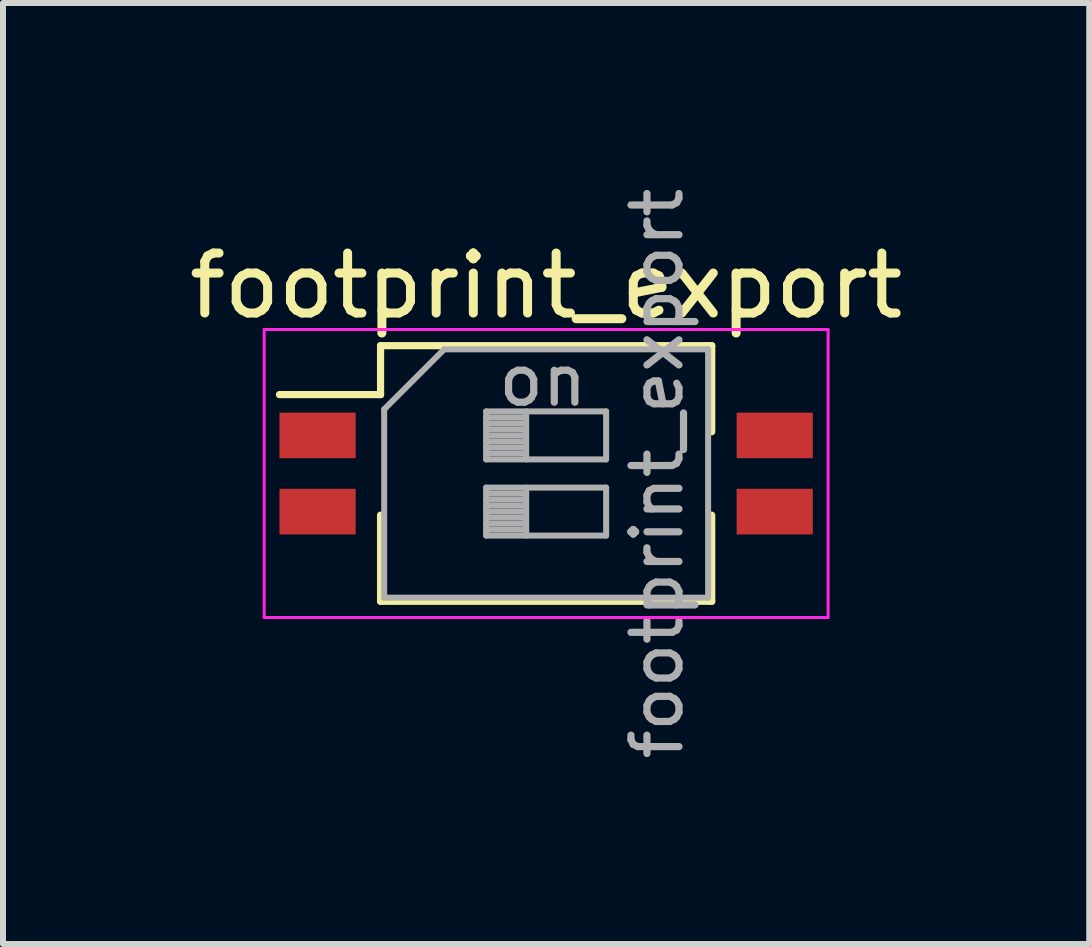
<source format=kicad_pcb>
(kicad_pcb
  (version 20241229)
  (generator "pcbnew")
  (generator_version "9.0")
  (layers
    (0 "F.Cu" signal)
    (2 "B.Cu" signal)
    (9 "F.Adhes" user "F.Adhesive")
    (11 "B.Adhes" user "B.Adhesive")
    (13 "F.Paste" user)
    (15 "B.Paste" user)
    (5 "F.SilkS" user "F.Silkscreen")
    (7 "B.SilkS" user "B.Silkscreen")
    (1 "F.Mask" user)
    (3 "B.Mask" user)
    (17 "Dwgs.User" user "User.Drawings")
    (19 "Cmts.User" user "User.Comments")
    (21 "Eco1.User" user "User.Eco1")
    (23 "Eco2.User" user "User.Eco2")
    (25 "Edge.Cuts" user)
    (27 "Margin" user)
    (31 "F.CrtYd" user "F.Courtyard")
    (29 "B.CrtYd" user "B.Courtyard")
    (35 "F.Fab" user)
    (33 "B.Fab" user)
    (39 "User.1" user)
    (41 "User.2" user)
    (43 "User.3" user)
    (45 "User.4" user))
  (footprint "footprint_export"
    (layer "F.Cu")
    (at 6.054 4.843)
    (property "Reference" "footprint_export" (at 0 -3.13 0) (layer "F.SilkS") (effects (font (size 1 1) (thickness 0.15))))
    (attr smd)
    (fp_line (start -4.446 -1.315) (end -2.76 -1.315) (stroke (width 0.12) (type solid)) (layer "F.SilkS"))
    (fp_line (start -2.76 -2.131) (end -2.76 -1.315) (stroke (width 0.12) (type solid)) (layer "F.SilkS"))
    (fp_line (start -2.76 -2.131) (end 2.76 -2.131) (stroke (width 0.12) (type solid)) (layer "F.SilkS"))
    (fp_line (start -2.76 0.695) (end -2.76 2.13) (stroke (width 0.12) (type solid)) (layer "F.SilkS"))
    (fp_line (start -2.76 2.13) (end 2.76 2.13) (stroke (width 0.12) (type solid)) (layer "F.SilkS"))
    (fp_line (start 2.76 -2.131) (end 2.76 -0.696) (stroke (width 0.12) (type solid)) (layer "F.SilkS"))
    (fp_line (start 2.76 0.695) (end 2.76 2.13) (stroke (width 0.12) (type solid)) (layer "F.SilkS"))
    (fp_line (start -4.7 -2.4) (end -4.7 2.4) (stroke (width 0.05) (type solid)) (layer "F.CrtYd"))
    (fp_line (start -4.7 2.4) (end 4.7 2.4) (stroke (width 0.05) (type solid)) (layer "F.CrtYd"))
    (fp_line (start 4.7 -2.4) (end -4.7 -2.4) (stroke (width 0.05) (type solid)) (layer "F.CrtYd"))
    (fp_line (start 4.7 2.4) (end 4.7 -2.4) (stroke (width 0.05) (type solid)) (layer "F.CrtYd"))
    (fp_line (start -2.7 -1.07) (end -1.7 -2.07) (stroke (width 0.1) (type solid)) (layer "F.Fab"))
    (fp_line (start -2.7 2.07) (end -2.7 -1.07) (stroke (width 0.1) (type solid)) (layer "F.Fab"))
    (fp_line (start -1.7 -2.07) (end 2.7 -2.07) (stroke (width 0.1) (type solid)) (layer "F.Fab"))
    (fp_line (start -1 -1.035) (end -1 -0.235) (stroke (width 0.1) (type solid)) (layer "F.Fab"))
    (fp_line (start -1 -0.935) (end -0.333 -0.935) (stroke (width 0.1) (type solid)) (layer "F.Fab"))
    (fp_line (start -1 -0.835) (end -0.333 -0.835) (stroke (width 0.1) (type solid)) (layer "F.Fab"))
    (fp_line (start -1 -0.735) (end -0.333 -0.735) (stroke (width 0.1) (type solid)) (layer "F.Fab"))
    (fp_line (start -1 -0.635) (end -0.333 -0.635) (stroke (width 0.1) (type solid)) (layer "F.Fab"))
    (fp_line (start -1 -0.535) (end -0.333 -0.535) (stroke (width 0.1) (type solid)) (layer "F.Fab"))
    (fp_line (start -1 -0.435) (end -0.333 -0.435) (stroke (width 0.1) (type solid)) (layer "F.Fab"))
    (fp_line (start -1 -0.335) (end -0.333 -0.335) (stroke (width 0.1) (type solid)) (layer "F.Fab"))
    (fp_line (start -1 -0.235) (end 1 -0.235) (stroke (width 0.1) (type solid)) (layer "F.Fab"))
    (fp_line (start -1 0.235) (end -1 1.035) (stroke (width 0.1) (type solid)) (layer "F.Fab"))
    (fp_line (start -1 0.335) (end -0.333 0.335) (stroke (width 0.1) (type solid)) (layer "F.Fab"))
    (fp_line (start -1 0.435) (end -0.333 0.435) (stroke (width 0.1) (type solid)) (layer "F.Fab"))
    (fp_line (start -1 0.535) (end -0.333 0.535) (stroke (width 0.1) (type solid)) (layer "F.Fab"))
    (fp_line (start -1 0.635) (end -0.333 0.635) (stroke (width 0.1) (type solid)) (layer "F.Fab"))
    (fp_line (start -1 0.735) (end -0.333 0.735) (stroke (width 0.1) (type solid)) (layer "F.Fab"))
    (fp_line (start -1 0.835) (end -0.333 0.835) (stroke (width 0.1) (type solid)) (layer "F.Fab"))
    (fp_line (start -1 0.935) (end -0.333 0.935) (stroke (width 0.1) (type solid)) (layer "F.Fab"))
    (fp_line (start -1 1.035) (end 1 1.035) (stroke (width 0.1) (type solid)) (layer "F.Fab"))
    (fp_line (start -0.333 -1.035) (end -0.333 -0.235) (stroke (width 0.1) (type solid)) (layer "F.Fab"))
    (fp_line (start -0.333 0.235) (end -0.333 1.035) (stroke (width 0.1) (type solid)) (layer "F.Fab"))
    (fp_line (start 1 -1.035) (end -1 -1.035) (stroke (width 0.1) (type solid)) (layer "F.Fab"))
    (fp_line (start 1 -0.235) (end 1 -1.035) (stroke (width 0.1) (type solid)) (layer "F.Fab"))
    (fp_line (start 1 0.235) (end -1 0.235) (stroke (width 0.1) (type solid)) (layer "F.Fab"))
    (fp_line (start 1 1.035) (end 1 0.235) (stroke (width 0.1) (type solid)) (layer "F.Fab"))
    (fp_line (start 2.7 -2.07) (end 2.7 2.07) (stroke (width 0.1) (type solid)) (layer "F.Fab"))
    (fp_line (start 2.7 2.07) (end -2.7 2.07) (stroke (width 0.1) (type solid)) (layer "F.Fab"))
    (fp_text user "${REFERENCE}" (at 1.85 0 90) (layer "F.Fab") (effects (font (size 0.8 0.8) (thickness 0.12))))
    (fp_text user "on" (at -0.055 -1.552 0) (layer "F.Fab") (effects (font (size 0.8 0.8) (thickness 0.12))))
    (pad "1" smd rect (at -3.81 -0.635) (size 1.27 0.76) (layers "F.Cu" "F.Mask" "F.Paste"))
    (pad "2" smd rect (at -3.81 0.635) (size 1.27 0.76) (layers "F.Cu" "F.Mask" "F.Paste"))
    (pad "3" smd rect (at 3.81 0.635) (size 1.27 0.76) (layers "F.Cu" "F.Mask" "F.Paste"))
    (pad "4" smd rect (at 3.81 -0.635) (size 1.27 0.76) (layers "F.Cu" "F.Mask" "F.Paste")))
  (gr_rect
    (start -3 -3)
    (end 15.107 12.686)
    (stroke (width 0.1) (type default))
    (fill no)
    (layer "Edge.Cuts")))
</source>
